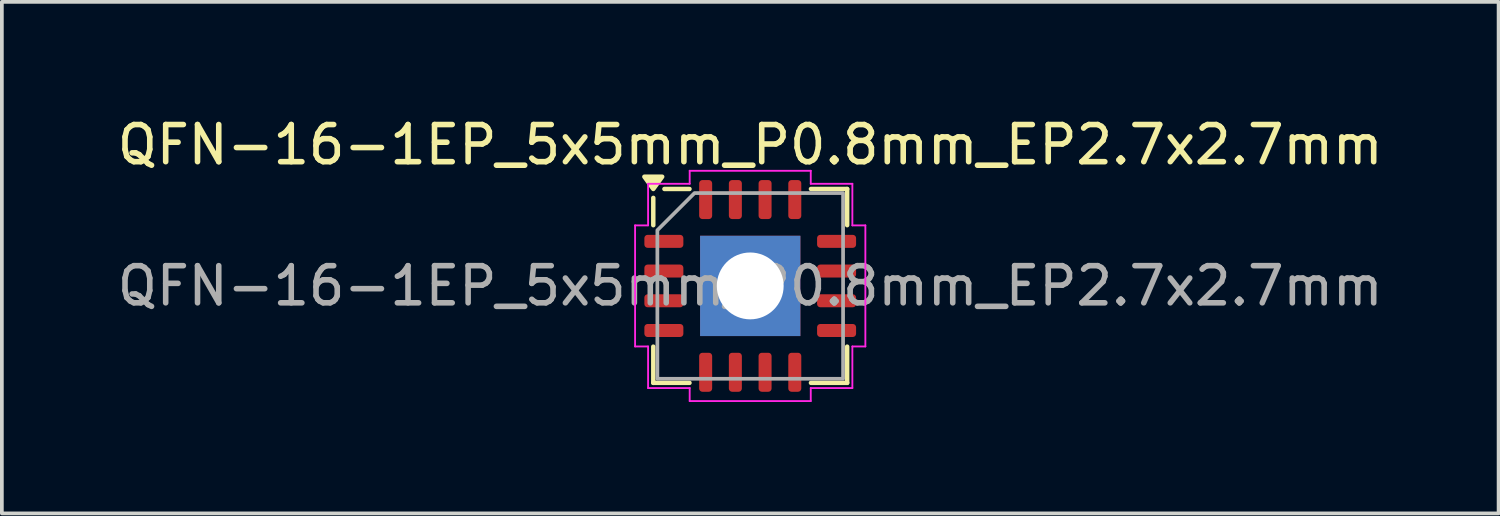
<source format=kicad_pcb>
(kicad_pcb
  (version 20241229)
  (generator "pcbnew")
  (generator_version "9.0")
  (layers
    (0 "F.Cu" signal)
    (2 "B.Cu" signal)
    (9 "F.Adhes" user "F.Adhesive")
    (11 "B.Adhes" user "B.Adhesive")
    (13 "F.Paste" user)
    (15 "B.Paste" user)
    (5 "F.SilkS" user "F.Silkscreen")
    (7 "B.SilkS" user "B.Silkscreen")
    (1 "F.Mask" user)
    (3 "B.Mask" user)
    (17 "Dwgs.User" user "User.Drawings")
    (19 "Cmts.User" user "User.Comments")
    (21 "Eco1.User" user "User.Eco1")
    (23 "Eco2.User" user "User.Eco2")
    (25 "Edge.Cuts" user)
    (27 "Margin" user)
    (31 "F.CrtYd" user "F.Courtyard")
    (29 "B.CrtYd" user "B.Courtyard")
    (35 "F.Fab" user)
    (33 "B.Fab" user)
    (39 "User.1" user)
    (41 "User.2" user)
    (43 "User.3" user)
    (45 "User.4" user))
  (footprint "QFN-16-1EP_5x5mm_P0.8mm_EP2.7x2.7mm"
    (layer "F.Cu")
    (at 17.149 4.648)
    (property "Reference" "QFN-16-1EP_5x5mm_P0.8mm_EP2.7x2.7mm" (at 0 -3.8 0) (layer "F.SilkS") (effects (font (size 1 1) (thickness 0.15))))
    (attr smd)
    (fp_line (start -2.61 -1.635) (end -2.61 -2.37) (stroke (width 0.12) (type solid)) (layer "F.SilkS"))
    (fp_line (start -2.61 2.61) (end -2.61 1.635) (stroke (width 0.12) (type solid)) (layer "F.SilkS"))
    (fp_line (start -1.635 -2.61) (end -2.31 -2.61) (stroke (width 0.12) (type solid)) (layer "F.SilkS"))
    (fp_line (start -1.635 2.61) (end -2.61 2.61) (stroke (width 0.12) (type solid)) (layer "F.SilkS"))
    (fp_line (start 1.635 -2.61) (end 2.61 -2.61) (stroke (width 0.12) (type solid)) (layer "F.SilkS"))
    (fp_line (start 1.635 2.61) (end 2.61 2.61) (stroke (width 0.12) (type solid)) (layer "F.SilkS"))
    (fp_line (start 2.61 -2.61) (end 2.61 -1.635) (stroke (width 0.12) (type solid)) (layer "F.SilkS"))
    (fp_line (start 2.61 2.61) (end 2.61 1.635) (stroke (width 0.12) (type solid)) (layer "F.SilkS"))
    (fp_poly (pts (xy -2.61 -2.61) (xy -2.85 -2.94) (xy -2.37 -2.94)) (stroke (width 0.12) (type solid)) (fill yes) (layer "F.SilkS"))
    (fp_line (start -3.1 -1.63) (end -2.75 -1.63) (stroke (width 0.05) (type solid)) (layer "F.CrtYd"))
    (fp_line (start -3.1 1.63) (end -3.1 -1.63) (stroke (width 0.05) (type solid)) (layer "F.CrtYd"))
    (fp_line (start -2.75 -2.75) (end -1.63 -2.75) (stroke (width 0.05) (type solid)) (layer "F.CrtYd"))
    (fp_line (start -2.75 -1.63) (end -2.75 -2.75) (stroke (width 0.05) (type solid)) (layer "F.CrtYd"))
    (fp_line (start -2.75 1.63) (end -3.1 1.63) (stroke (width 0.05) (type solid)) (layer "F.CrtYd"))
    (fp_line (start -2.75 2.75) (end -2.75 1.63) (stroke (width 0.05) (type solid)) (layer "F.CrtYd"))
    (fp_line (start -1.63 -3.1) (end 1.63 -3.1) (stroke (width 0.05) (type solid)) (layer "F.CrtYd"))
    (fp_line (start -1.63 -2.75) (end -1.63 -3.1) (stroke (width 0.05) (type solid)) (layer "F.CrtYd"))
    (fp_line (start -1.63 2.75) (end -2.75 2.75) (stroke (width 0.05) (type solid)) (layer "F.CrtYd"))
    (fp_line (start -1.63 3.1) (end -1.63 2.75) (stroke (width 0.05) (type solid)) (layer "F.CrtYd"))
    (fp_line (start 1.63 -3.1) (end 1.63 -2.75) (stroke (width 0.05) (type solid)) (layer "F.CrtYd"))
    (fp_line (start 1.63 -2.75) (end 2.75 -2.75) (stroke (width 0.05) (type solid)) (layer "F.CrtYd"))
    (fp_line (start 1.63 2.75) (end 1.63 3.1) (stroke (width 0.05) (type solid)) (layer "F.CrtYd"))
    (fp_line (start 1.63 3.1) (end -1.63 3.1) (stroke (width 0.05) (type solid)) (layer "F.CrtYd"))
    (fp_line (start 2.75 -2.75) (end 2.75 -1.63) (stroke (width 0.05) (type solid)) (layer "F.CrtYd"))
    (fp_line (start 2.75 -1.63) (end 3.1 -1.63) (stroke (width 0.05) (type solid)) (layer "F.CrtYd"))
    (fp_line (start 2.75 1.63) (end 2.75 2.75) (stroke (width 0.05) (type solid)) (layer "F.CrtYd"))
    (fp_line (start 2.75 2.75) (end 1.63 2.75) (stroke (width 0.05) (type solid)) (layer "F.CrtYd"))
    (fp_line (start 3.1 -1.63) (end 3.1 1.63) (stroke (width 0.05) (type solid)) (layer "F.CrtYd"))
    (fp_line (start 3.1 1.63) (end 2.75 1.63) (stroke (width 0.05) (type solid)) (layer "F.CrtYd"))
    (fp_poly (pts (xy -2.5 -1.5) (xy -2.5 2.5) (xy 2.5 2.5) (xy 2.5 -2.5) (xy -1.5 -2.5)) (stroke (width 0.1) (type solid)) (fill no) (layer "F.Fab"))
    (fp_text user "${REFERENCE}" (at 0 0 0) (layer "F.Fab") (effects (font (size 1 1) (thickness 0.15))))
    (pad "1" smd roundrect (at -2.325 -1.2) (size 1.05 0.35) (layers "F.Cu" "F.Mask" "F.Paste") (roundrect_rratio 0.25))
    (pad "2" smd roundrect (at -2.325 -0.4) (size 1.05 0.35) (layers "F.Cu" "F.Mask" "F.Paste") (roundrect_rratio 0.25))
    (pad "3" smd roundrect (at -2.325 0.4) (size 1.05 0.35) (layers "F.Cu" "F.Mask" "F.Paste") (roundrect_rratio 0.25))
    (pad "4" smd roundrect (at -2.325 1.2) (size 1.05 0.35) (layers "F.Cu" "F.Mask" "F.Paste") (roundrect_rratio 0.25))
    (pad "5" smd roundrect (at -1.2 2.325) (size 0.35 1.05) (layers "F.Cu" "F.Mask" "F.Paste") (roundrect_rratio 0.25))
    (pad "6" smd roundrect (at -0.4 2.325) (size 0.35 1.05) (layers "F.Cu" "F.Mask" "F.Paste") (roundrect_rratio 0.25))
    (pad "7" smd roundrect (at 0.4 2.325) (size 0.35 1.05) (layers "F.Cu" "F.Mask" "F.Paste") (roundrect_rratio 0.25))
    (pad "8" smd roundrect (at 1.2 2.325) (size 0.35 1.05) (layers "F.Cu" "F.Mask" "F.Paste") (roundrect_rratio 0.25))
    (pad "9" smd roundrect (at 2.325 1.2) (size 1.05 0.35) (layers "F.Cu" "F.Mask" "F.Paste") (roundrect_rratio 0.25))
    (pad "10" smd roundrect (at 2.325 0.4) (size 1.05 0.35) (layers "F.Cu" "F.Mask" "F.Paste") (roundrect_rratio 0.25))
    (pad "11" smd roundrect (at 2.325 -0.4) (size 1.05 0.35) (layers "F.Cu" "F.Mask" "F.Paste") (roundrect_rratio 0.25))
    (pad "12" smd roundrect (at 2.325 -1.2) (size 1.05 0.35) (layers "F.Cu" "F.Mask" "F.Paste") (roundrect_rratio 0.25))
    (pad "13" smd roundrect (at 1.2 -2.325) (size 0.35 1.05) (layers "F.Cu" "F.Mask" "F.Paste") (roundrect_rratio 0.25))
    (pad "14" smd roundrect (at 0.4 -2.325) (size 0.35 1.05) (layers "F.Cu" "F.Mask" "F.Paste") (roundrect_rratio 0.25))
    (pad "15" smd roundrect (at -0.4 -2.325) (size 0.35 1.05) (layers "F.Cu" "F.Mask" "F.Paste") (roundrect_rratio 0.25))
    (pad "16" smd roundrect (at -1.2 -2.325) (size 0.35 1.05) (layers "F.Cu" "F.Mask" "F.Paste") (roundrect_rratio 0.25))
    (pad "17" thru_hole rect (at 0 0) (size 2.7 2.7) (drill 1.8) (property pad_prop_heatsink) (layers "*.Cu" "*.Paste" "*.Mask")))
  (gr_rect
    (start -3 -3)
    (end 37.298 10.773)
    (stroke (width 0.1) (type default))
    (fill no)
    (layer "Edge.Cuts")))
</source>
